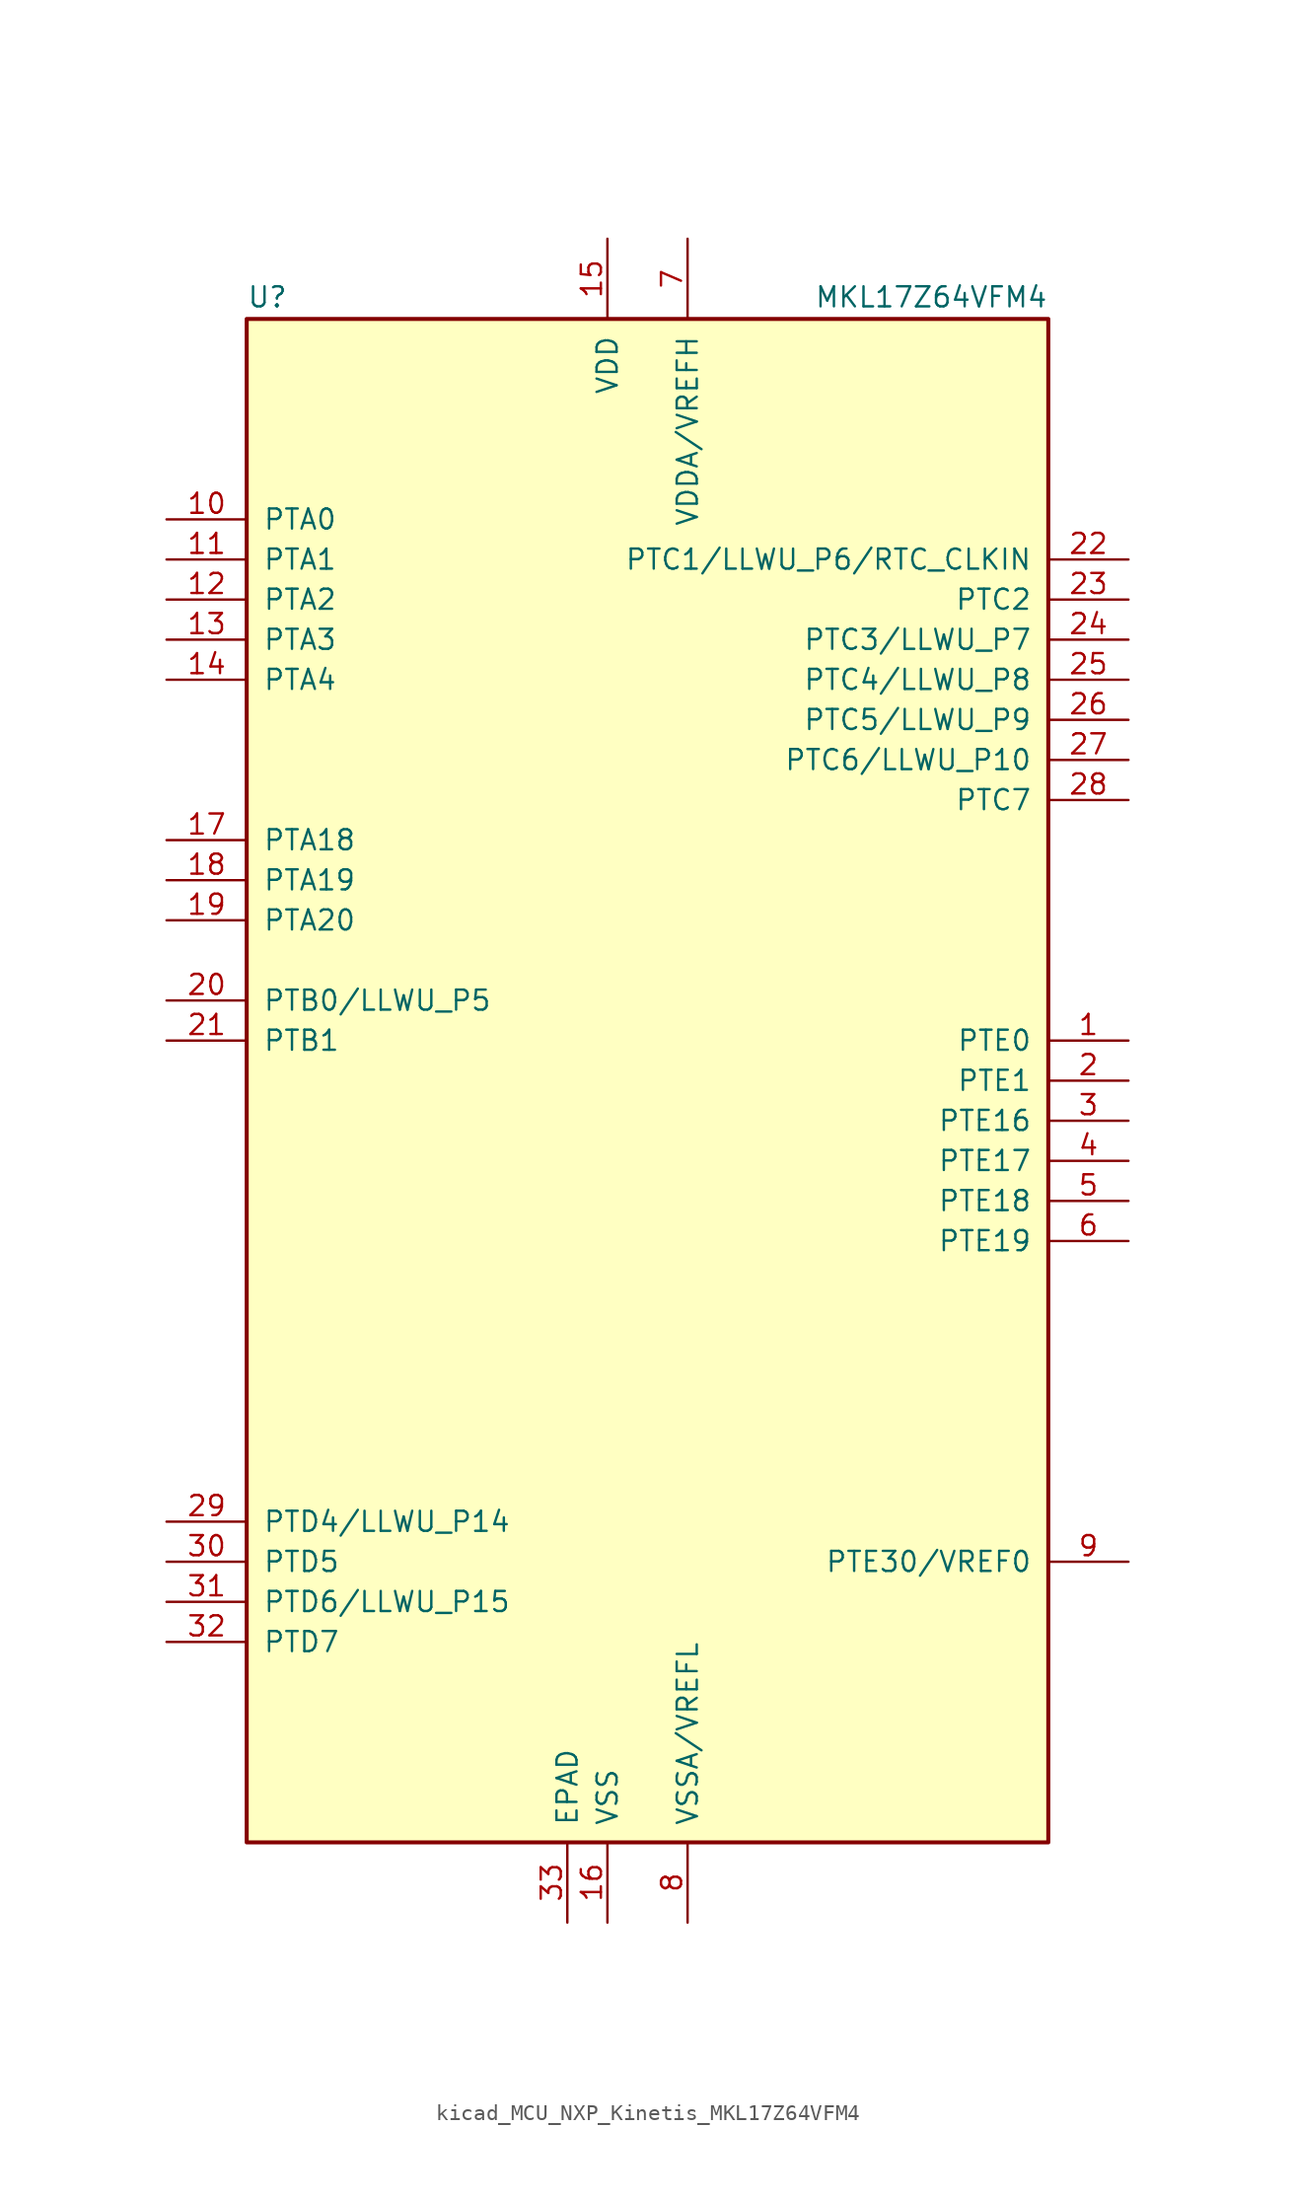
<source format=kicad_sym>
(kicad_symbol_lib
  (version 20220914)
  (generator kicad_symbol_editor)
  (symbol "kicad_MCU_NXP_Kinetis_MKL17Z64VFM4"
    (pin_names
      (offset 1.016))
    (property "Reference" "U"
      (at -25.4 48.895 0)
      (effects (font (size 1.27 1.27)) (justify left bottom)))
    (property "Value" "MKL17Z64VFM4"
      (at 25.4 48.895 0)
      (effects (font (size 1.27 1.27)) (justify right bottom)))
    (symbol "kicad_MCU_NXP_Kinetis_MKL17Z64VFM4_0_1"
      (rectangle (start -25.4 48.26) (end 25.4 -48.26) (stroke (width 0.254) (type default)) (fill (type background))))
    (symbol "kicad_MCU_NXP_Kinetis_MKL17Z64VFM4_1_1"
      (pin bidirectional line (at 30.48 2.54 180) (length 5.08) (name "PTE0" (effects (font (size 1.27 1.27)))) (number "1" (effects (font (size 1.27 1.27)))))
      (pin bidirectional line (at -30.48 35.56 0) (length 5.08) (name "PTA0" (effects (font (size 1.27 1.27)))) (number "10" (effects (font (size 1.27 1.27)))))
      (pin bidirectional line (at -30.48 33.02 0) (length 5.08) (name "PTA1" (effects (font (size 1.27 1.27)))) (number "11" (effects (font (size 1.27 1.27)))))
      (pin bidirectional line (at -30.48 30.48 0) (length 5.08) (name "PTA2" (effects (font (size 1.27 1.27)))) (number "12" (effects (font (size 1.27 1.27)))))
      (pin bidirectional line (at -30.48 27.94 0) (length 5.08) (name "PTA3" (effects (font (size 1.27 1.27)))) (number "13" (effects (font (size 1.27 1.27)))))
      (pin bidirectional line (at -30.48 25.4 0) (length 5.08) (name "PTA4" (effects (font (size 1.27 1.27)))) (number "14" (effects (font (size 1.27 1.27)))))
      (pin power_in line (at -2.54 53.34 270) (length 5.08) (name "VDD" (effects (font (size 1.27 1.27)))) (number "15" (effects (font (size 1.27 1.27)))))
      (pin power_in line (at -2.54 -53.34 90) (length 5.08) (name "VSS" (effects (font (size 1.27 1.27)))) (number "16" (effects (font (size 1.27 1.27)))))
      (pin bidirectional line (at -30.48 15.24 0) (length 5.08) (name "PTA18" (effects (font (size 1.27 1.27)))) (number "17" (effects (font (size 1.27 1.27)))))
      (pin bidirectional line (at -30.48 12.7 0) (length 5.08) (name "PTA19" (effects (font (size 1.27 1.27)))) (number "18" (effects (font (size 1.27 1.27)))))
      (pin bidirectional line (at -30.48 10.16 0) (length 5.08) (name "PTA20" (effects (font (size 1.27 1.27)))) (number "19" (effects (font (size 1.27 1.27)))))
      (pin bidirectional line (at 30.48 0 180) (length 5.08) (name "PTE1" (effects (font (size 1.27 1.27)))) (number "2" (effects (font (size 1.27 1.27)))))
      (pin bidirectional line (at -30.48 5.08 0) (length 5.08) (name "PTB0/LLWU_P5" (effects (font (size 1.27 1.27)))) (number "20" (effects (font (size 1.27 1.27)))))
      (pin bidirectional line (at -30.48 2.54 0) (length 5.08) (name "PTB1" (effects (font (size 1.27 1.27)))) (number "21" (effects (font (size 1.27 1.27)))))
      (pin bidirectional line (at 30.48 33.02 180) (length 5.08) (name "PTC1/LLWU_P6/RTC_CLKIN" (effects (font (size 1.27 1.27)))) (number "22" (effects (font (size 1.27 1.27)))))
      (pin bidirectional line (at 30.48 30.48 180) (length 5.08) (name "PTC2" (effects (font (size 1.27 1.27)))) (number "23" (effects (font (size 1.27 1.27)))))
      (pin bidirectional line (at 30.48 27.94 180) (length 5.08) (name "PTC3/LLWU_P7" (effects (font (size 1.27 1.27)))) (number "24" (effects (font (size 1.27 1.27)))))
      (pin bidirectional line (at 30.48 25.4 180) (length 5.08) (name "PTC4/LLWU_P8" (effects (font (size 1.27 1.27)))) (number "25" (effects (font (size 1.27 1.27)))))
      (pin bidirectional line (at 30.48 22.86 180) (length 5.08) (name "PTC5/LLWU_P9" (effects (font (size 1.27 1.27)))) (number "26" (effects (font (size 1.27 1.27)))))
      (pin bidirectional line (at 30.48 20.32 180) (length 5.08) (name "PTC6/LLWU_P10" (effects (font (size 1.27 1.27)))) (number "27" (effects (font (size 1.27 1.27)))))
      (pin bidirectional line (at 30.48 17.78 180) (length 5.08) (name "PTC7" (effects (font (size 1.27 1.27)))) (number "28" (effects (font (size 1.27 1.27)))))
      (pin bidirectional line (at -30.48 -27.94 0) (length 5.08) (name "PTD4/LLWU_P14" (effects (font (size 1.27 1.27)))) (number "29" (effects (font (size 1.27 1.27)))))
      (pin bidirectional line (at 30.48 -2.54 180) (length 5.08) (name "PTE16" (effects (font (size 1.27 1.27)))) (number "3" (effects (font (size 1.27 1.27)))))
      (pin bidirectional line (at -30.48 -30.48 0) (length 5.08) (name "PTD5" (effects (font (size 1.27 1.27)))) (number "30" (effects (font (size 1.27 1.27)))))
      (pin bidirectional line (at -30.48 -33.02 0) (length 5.08) (name "PTD6/LLWU_P15" (effects (font (size 1.27 1.27)))) (number "31" (effects (font (size 1.27 1.27)))))
      (pin bidirectional line (at -30.48 -35.56 0) (length 5.08) (name "PTD7" (effects (font (size 1.27 1.27)))) (number "32" (effects (font (size 1.27 1.27)))))
      (pin power_in line (at -5.08 -53.34 90) (length 5.08) (name "EPAD" (effects (font (size 1.27 1.27)))) (number "33" (effects (font (size 1.27 1.27)))))
      (pin bidirectional line (at 30.48 -5.08 180) (length 5.08) (name "PTE17" (effects (font (size 1.27 1.27)))) (number "4" (effects (font (size 1.27 1.27)))))
      (pin bidirectional line (at 30.48 -7.62 180) (length 5.08) (name "PTE18" (effects (font (size 1.27 1.27)))) (number "5" (effects (font (size 1.27 1.27)))))
      (pin bidirectional line (at 30.48 -10.16 180) (length 5.08) (name "PTE19" (effects (font (size 1.27 1.27)))) (number "6" (effects (font (size 1.27 1.27)))))
      (pin power_in line (at 2.54 53.34 270) (length 5.08) (name "VDDA/VREFH" (effects (font (size 1.27 1.27)))) (number "7" (effects (font (size 1.27 1.27)))))
      (pin power_in line (at 2.54 -53.34 90) (length 5.08) (name "VSSA/VREFL" (effects (font (size 1.27 1.27)))) (number "8" (effects (font (size 1.27 1.27)))))
      (pin bidirectional line (at 30.48 -30.48 180) (length 5.08) (name "PTE30/VREF0" (effects (font (size 1.27 1.27)))) (number "9" (effects (font (size 1.27 1.27))))))))
</source>
